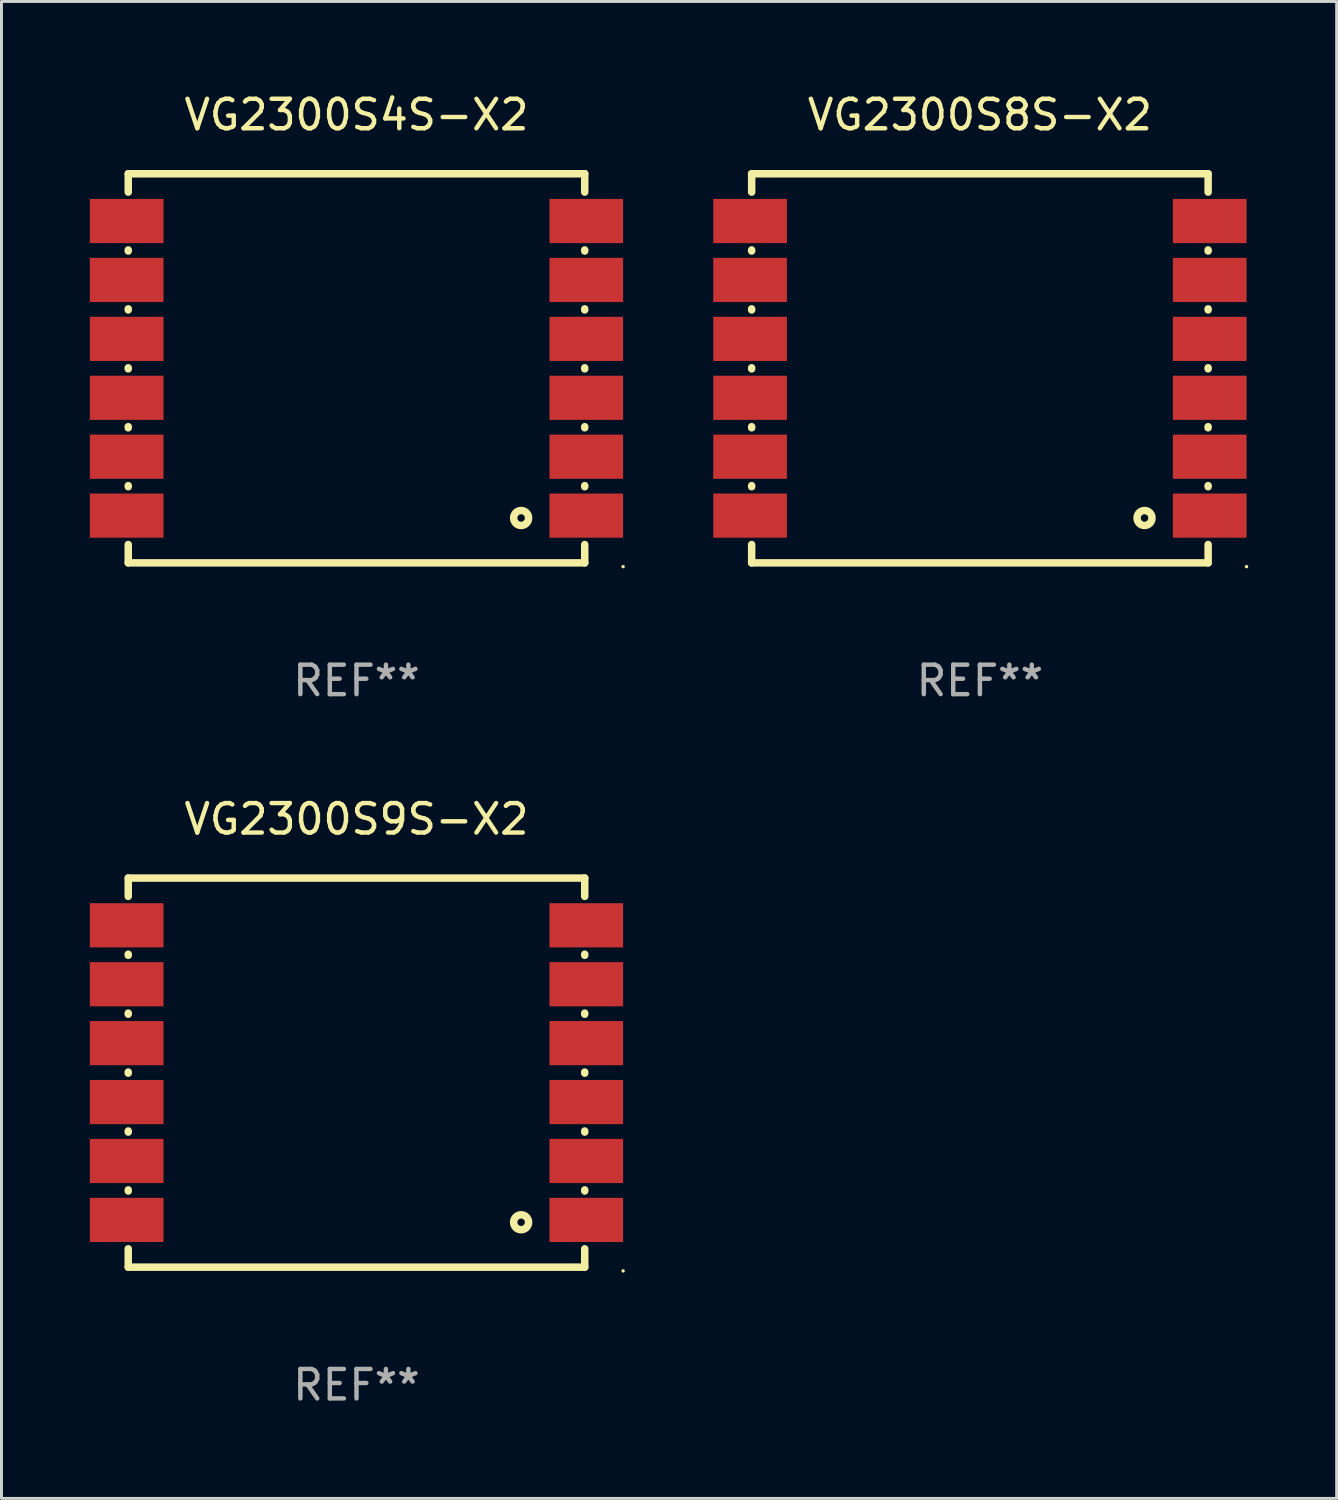
<source format=kicad_pcb>
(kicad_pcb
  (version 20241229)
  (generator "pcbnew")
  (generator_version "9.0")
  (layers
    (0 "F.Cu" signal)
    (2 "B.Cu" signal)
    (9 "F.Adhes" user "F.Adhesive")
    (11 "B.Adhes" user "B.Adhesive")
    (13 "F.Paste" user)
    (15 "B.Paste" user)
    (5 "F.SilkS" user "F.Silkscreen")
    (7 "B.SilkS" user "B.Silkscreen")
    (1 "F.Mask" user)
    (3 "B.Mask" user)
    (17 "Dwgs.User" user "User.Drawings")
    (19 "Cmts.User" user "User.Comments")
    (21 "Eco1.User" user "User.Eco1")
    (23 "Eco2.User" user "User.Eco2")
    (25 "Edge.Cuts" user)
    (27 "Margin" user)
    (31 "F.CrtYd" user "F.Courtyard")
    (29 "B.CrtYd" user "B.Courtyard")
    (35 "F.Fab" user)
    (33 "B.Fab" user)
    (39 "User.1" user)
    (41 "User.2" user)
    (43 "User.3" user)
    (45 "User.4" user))
  (footprint "VG2300S4S-X2"
    (layer "F.Cu")
    (at 9.05 9.452)
    (property "Reference" "VG2300S4S-X2" (at 0 -8.604 0) (layer "F.SilkS") (effects (font (size 1 1) (thickness 0.15))))
    (attr through_hole)
    (fp_line (start -7.747 -6.604) (end -7.747 -5.981) (stroke (width 0.254) (type solid)) (layer "F.SilkS"))
    (fp_line (start -7.747 -4.019) (end -7.747 -3.981) (stroke (width 0.254) (type solid)) (layer "F.SilkS"))
    (fp_line (start -7.747 -2.019) (end -7.747 -1.981) (stroke (width 0.254) (type solid)) (layer "F.SilkS"))
    (fp_line (start -7.747 -0.019) (end -7.747 0.019) (stroke (width 0.254) (type solid)) (layer "F.SilkS"))
    (fp_line (start -7.747 1.981) (end -7.747 2.019) (stroke (width 0.254) (type solid)) (layer "F.SilkS"))
    (fp_line (start -7.747 3.981) (end -7.747 4.019) (stroke (width 0.254) (type solid)) (layer "F.SilkS"))
    (fp_line (start -7.747 5.981) (end -7.747 6.604) (stroke (width 0.254) (type solid)) (layer "F.SilkS"))
    (fp_line (start -7.747 6.604) (end 7.747 6.604) (stroke (width 0.254) (type solid)) (layer "F.SilkS"))
    (fp_line (start 7.747 -6.604) (end -7.747 -6.604) (stroke (width 0.254) (type solid)) (layer "F.SilkS"))
    (fp_line (start 7.747 -5.981) (end 7.747 -6.604) (stroke (width 0.254) (type solid)) (layer "F.SilkS"))
    (fp_line (start 7.747 -3.981) (end 7.747 -4.019) (stroke (width 0.254) (type solid)) (layer "F.SilkS"))
    (fp_line (start 7.747 -1.981) (end 7.747 -2.019) (stroke (width 0.254) (type solid)) (layer "F.SilkS"))
    (fp_line (start 7.747 0.019) (end 7.747 -0.019) (stroke (width 0.254) (type solid)) (layer "F.SilkS"))
    (fp_line (start 7.747 2.019) (end 7.747 1.981) (stroke (width 0.254) (type solid)) (layer "F.SilkS"))
    (fp_line (start 7.747 4.019) (end 7.747 3.981) (stroke (width 0.254) (type solid)) (layer "F.SilkS"))
    (fp_line (start 7.747 6.604) (end 7.747 5.981) (stroke (width 0.254) (type solid)) (layer "F.SilkS"))
    (fp_circle (center 5.588 5.08) (end 5.842 5.08) (stroke (width 0.254) (type solid)) (fill no) (layer "F.SilkS"))
    (fp_circle (center 9.05 6.731) (end 9.08 6.731) (stroke (width 0.06) (type solid)) (fill no) (layer "F.SilkS"))
    (fp_text user "REF**" (at 0 10.604 0) (layer "F.Fab") (effects (font (size 1 1) (thickness 0.15))))
    (pad "1" smd rect (at 7.8 5) (size 2.5 1.5) (layers "F.Cu" "F.Mask" "F.Paste"))
    (pad "2" smd rect (at 7.8 3) (size 2.5 1.5) (layers "F.Cu" "F.Mask" "F.Paste"))
    (pad "3" smd rect (at 7.8 1) (size 2.5 1.5) (layers "F.Cu" "F.Mask" "F.Paste"))
    (pad "4" smd rect (at 7.8 -1) (size 2.5 1.5) (layers "F.Cu" "F.Mask" "F.Paste"))
    (pad "5" smd rect (at 7.8 -3) (size 2.5 1.5) (layers "F.Cu" "F.Mask" "F.Paste"))
    (pad "6" smd rect (at 7.8 -5) (size 2.5 1.5) (layers "F.Cu" "F.Mask" "F.Paste"))
    (pad "7" smd rect (at -7.8 -5) (size 2.5 1.5) (layers "F.Cu" "F.Mask" "F.Paste"))
    (pad "8" smd rect (at -7.8 -3) (size 2.5 1.5) (layers "F.Cu" "F.Mask" "F.Paste"))
    (pad "9" smd rect (at -7.8 -1) (size 2.5 1.5) (layers "F.Cu" "F.Mask" "F.Paste"))
    (pad "10" smd rect (at -7.8 1) (size 2.5 1.5) (layers "F.Cu" "F.Mask" "F.Paste"))
    (pad "11" smd rect (at -7.8 3) (size 2.5 1.5) (layers "F.Cu" "F.Mask" "F.Paste"))
    (pad "12" smd rect (at -7.8 5) (size 2.5 1.5) (layers "F.Cu" "F.Mask" "F.Paste")))
  (footprint "VG2300S8S-X2"
    (layer "F.Cu")
    (at 30.21 9.452)
    (property "Reference" "VG2300S8S-X2" (at 0 -8.604 0) (layer "F.SilkS") (effects (font (size 1 1) (thickness 0.15))))
    (attr through_hole)
    (fp_line (start -7.747 -6.604) (end -7.747 -5.981) (stroke (width 0.254) (type solid)) (layer "F.SilkS"))
    (fp_line (start -7.747 -4.019) (end -7.747 -3.981) (stroke (width 0.254) (type solid)) (layer "F.SilkS"))
    (fp_line (start -7.747 -2.019) (end -7.747 -1.981) (stroke (width 0.254) (type solid)) (layer "F.SilkS"))
    (fp_line (start -7.747 -0.019) (end -7.747 0.019) (stroke (width 0.254) (type solid)) (layer "F.SilkS"))
    (fp_line (start -7.747 1.981) (end -7.747 2.019) (stroke (width 0.254) (type solid)) (layer "F.SilkS"))
    (fp_line (start -7.747 3.981) (end -7.747 4.019) (stroke (width 0.254) (type solid)) (layer "F.SilkS"))
    (fp_line (start -7.747 5.981) (end -7.747 6.604) (stroke (width 0.254) (type solid)) (layer "F.SilkS"))
    (fp_line (start -7.747 6.604) (end 7.747 6.604) (stroke (width 0.254) (type solid)) (layer "F.SilkS"))
    (fp_line (start 7.747 -6.604) (end -7.747 -6.604) (stroke (width 0.254) (type solid)) (layer "F.SilkS"))
    (fp_line (start 7.747 -5.981) (end 7.747 -6.604) (stroke (width 0.254) (type solid)) (layer "F.SilkS"))
    (fp_line (start 7.747 -3.981) (end 7.747 -4.019) (stroke (width 0.254) (type solid)) (layer "F.SilkS"))
    (fp_line (start 7.747 -1.981) (end 7.747 -2.019) (stroke (width 0.254) (type solid)) (layer "F.SilkS"))
    (fp_line (start 7.747 0.019) (end 7.747 -0.019) (stroke (width 0.254) (type solid)) (layer "F.SilkS"))
    (fp_line (start 7.747 2.019) (end 7.747 1.981) (stroke (width 0.254) (type solid)) (layer "F.SilkS"))
    (fp_line (start 7.747 4.019) (end 7.747 3.981) (stroke (width 0.254) (type solid)) (layer "F.SilkS"))
    (fp_line (start 7.747 6.604) (end 7.747 5.981) (stroke (width 0.254) (type solid)) (layer "F.SilkS"))
    (fp_circle (center 5.588 5.08) (end 5.842 5.08) (stroke (width 0.254) (type solid)) (fill no) (layer "F.SilkS"))
    (fp_circle (center 9.05 6.731) (end 9.08 6.731) (stroke (width 0.06) (type solid)) (fill no) (layer "F.SilkS"))
    (fp_text user "REF**" (at 0 10.604 0) (layer "F.Fab") (effects (font (size 1 1) (thickness 0.15))))
    (pad "1" smd rect (at 7.8 5) (size 2.5 1.5) (layers "F.Cu" "F.Mask" "F.Paste"))
    (pad "2" smd rect (at 7.8 3) (size 2.5 1.5) (layers "F.Cu" "F.Mask" "F.Paste"))
    (pad "3" smd rect (at 7.8 1) (size 2.5 1.5) (layers "F.Cu" "F.Mask" "F.Paste"))
    (pad "4" smd rect (at 7.8 -1) (size 2.5 1.5) (layers "F.Cu" "F.Mask" "F.Paste"))
    (pad "5" smd rect (at 7.8 -3) (size 2.5 1.5) (layers "F.Cu" "F.Mask" "F.Paste"))
    (pad "6" smd rect (at 7.8 -5) (size 2.5 1.5) (layers "F.Cu" "F.Mask" "F.Paste"))
    (pad "7" smd rect (at -7.8 -5) (size 2.5 1.5) (layers "F.Cu" "F.Mask" "F.Paste"))
    (pad "8" smd rect (at -7.8 -3) (size 2.5 1.5) (layers "F.Cu" "F.Mask" "F.Paste"))
    (pad "9" smd rect (at -7.8 -1) (size 2.5 1.5) (layers "F.Cu" "F.Mask" "F.Paste"))
    (pad "10" smd rect (at -7.8 1) (size 2.5 1.5) (layers "F.Cu" "F.Mask" "F.Paste"))
    (pad "11" smd rect (at -7.8 3) (size 2.5 1.5) (layers "F.Cu" "F.Mask" "F.Paste"))
    (pad "12" smd rect (at -7.8 5) (size 2.5 1.5) (layers "F.Cu" "F.Mask" "F.Paste")))
  (footprint "VG2300S9S-X2"
    (layer "F.Cu")
    (at 9.05 33.357)
    (property "Reference" "VG2300S9S-X2" (at 0 -8.604 0) (layer "F.SilkS") (effects (font (size 1 1) (thickness 0.15))))
    (attr through_hole)
    (fp_line (start -7.747 -6.604) (end -7.747 -5.981) (stroke (width 0.254) (type solid)) (layer "F.SilkS"))
    (fp_line (start -7.747 -4.019) (end -7.747 -3.981) (stroke (width 0.254) (type solid)) (layer "F.SilkS"))
    (fp_line (start -7.747 -2.019) (end -7.747 -1.981) (stroke (width 0.254) (type solid)) (layer "F.SilkS"))
    (fp_line (start -7.747 -0.019) (end -7.747 0.019) (stroke (width 0.254) (type solid)) (layer "F.SilkS"))
    (fp_line (start -7.747 1.981) (end -7.747 2.019) (stroke (width 0.254) (type solid)) (layer "F.SilkS"))
    (fp_line (start -7.747 3.981) (end -7.747 4.019) (stroke (width 0.254) (type solid)) (layer "F.SilkS"))
    (fp_line (start -7.747 5.981) (end -7.747 6.604) (stroke (width 0.254) (type solid)) (layer "F.SilkS"))
    (fp_line (start -7.747 6.604) (end 7.747 6.604) (stroke (width 0.254) (type solid)) (layer "F.SilkS"))
    (fp_line (start 7.747 -6.604) (end -7.747 -6.604) (stroke (width 0.254) (type solid)) (layer "F.SilkS"))
    (fp_line (start 7.747 -5.981) (end 7.747 -6.604) (stroke (width 0.254) (type solid)) (layer "F.SilkS"))
    (fp_line (start 7.747 -3.981) (end 7.747 -4.019) (stroke (width 0.254) (type solid)) (layer "F.SilkS"))
    (fp_line (start 7.747 -1.981) (end 7.747 -2.019) (stroke (width 0.254) (type solid)) (layer "F.SilkS"))
    (fp_line (start 7.747 0.019) (end 7.747 -0.019) (stroke (width 0.254) (type solid)) (layer "F.SilkS"))
    (fp_line (start 7.747 2.019) (end 7.747 1.981) (stroke (width 0.254) (type solid)) (layer "F.SilkS"))
    (fp_line (start 7.747 4.019) (end 7.747 3.981) (stroke (width 0.254) (type solid)) (layer "F.SilkS"))
    (fp_line (start 7.747 6.604) (end 7.747 5.981) (stroke (width 0.254) (type solid)) (layer "F.SilkS"))
    (fp_circle (center 5.588 5.08) (end 5.842 5.08) (stroke (width 0.254) (type solid)) (fill no) (layer "F.SilkS"))
    (fp_circle (center 9.05 6.731) (end 9.08 6.731) (stroke (width 0.06) (type solid)) (fill no) (layer "F.SilkS"))
    (fp_text user "REF**" (at 0 10.604 0) (layer "F.Fab") (effects (font (size 1 1) (thickness 0.15))))
    (pad "1" smd rect (at 7.8 5) (size 2.5 1.5) (layers "F.Cu" "F.Mask" "F.Paste"))
    (pad "2" smd rect (at 7.8 3) (size 2.5 1.5) (layers "F.Cu" "F.Mask" "F.Paste"))
    (pad "3" smd rect (at 7.8 1) (size 2.5 1.5) (layers "F.Cu" "F.Mask" "F.Paste"))
    (pad "4" smd rect (at 7.8 -1) (size 2.5 1.5) (layers "F.Cu" "F.Mask" "F.Paste"))
    (pad "5" smd rect (at 7.8 -3) (size 2.5 1.5) (layers "F.Cu" "F.Mask" "F.Paste"))
    (pad "6" smd rect (at 7.8 -5) (size 2.5 1.5) (layers "F.Cu" "F.Mask" "F.Paste"))
    (pad "7" smd rect (at -7.8 -5) (size 2.5 1.5) (layers "F.Cu" "F.Mask" "F.Paste"))
    (pad "8" smd rect (at -7.8 -3) (size 2.5 1.5) (layers "F.Cu" "F.Mask" "F.Paste"))
    (pad "9" smd rect (at -7.8 -1) (size 2.5 1.5) (layers "F.Cu" "F.Mask" "F.Paste"))
    (pad "10" smd rect (at -7.8 1) (size 2.5 1.5) (layers "F.Cu" "F.Mask" "F.Paste"))
    (pad "11" smd rect (at -7.8 3) (size 2.5 1.5) (layers "F.Cu" "F.Mask" "F.Paste"))
    (pad "12" smd rect (at -7.8 5) (size 2.5 1.5) (layers "F.Cu" "F.Mask" "F.Paste")))
  (gr_rect
    (start -3 -3)
    (end 42.32 47.809)
    (stroke (width 0.1) (type default))
    (fill no)
    (layer "Edge.Cuts")))
</source>
